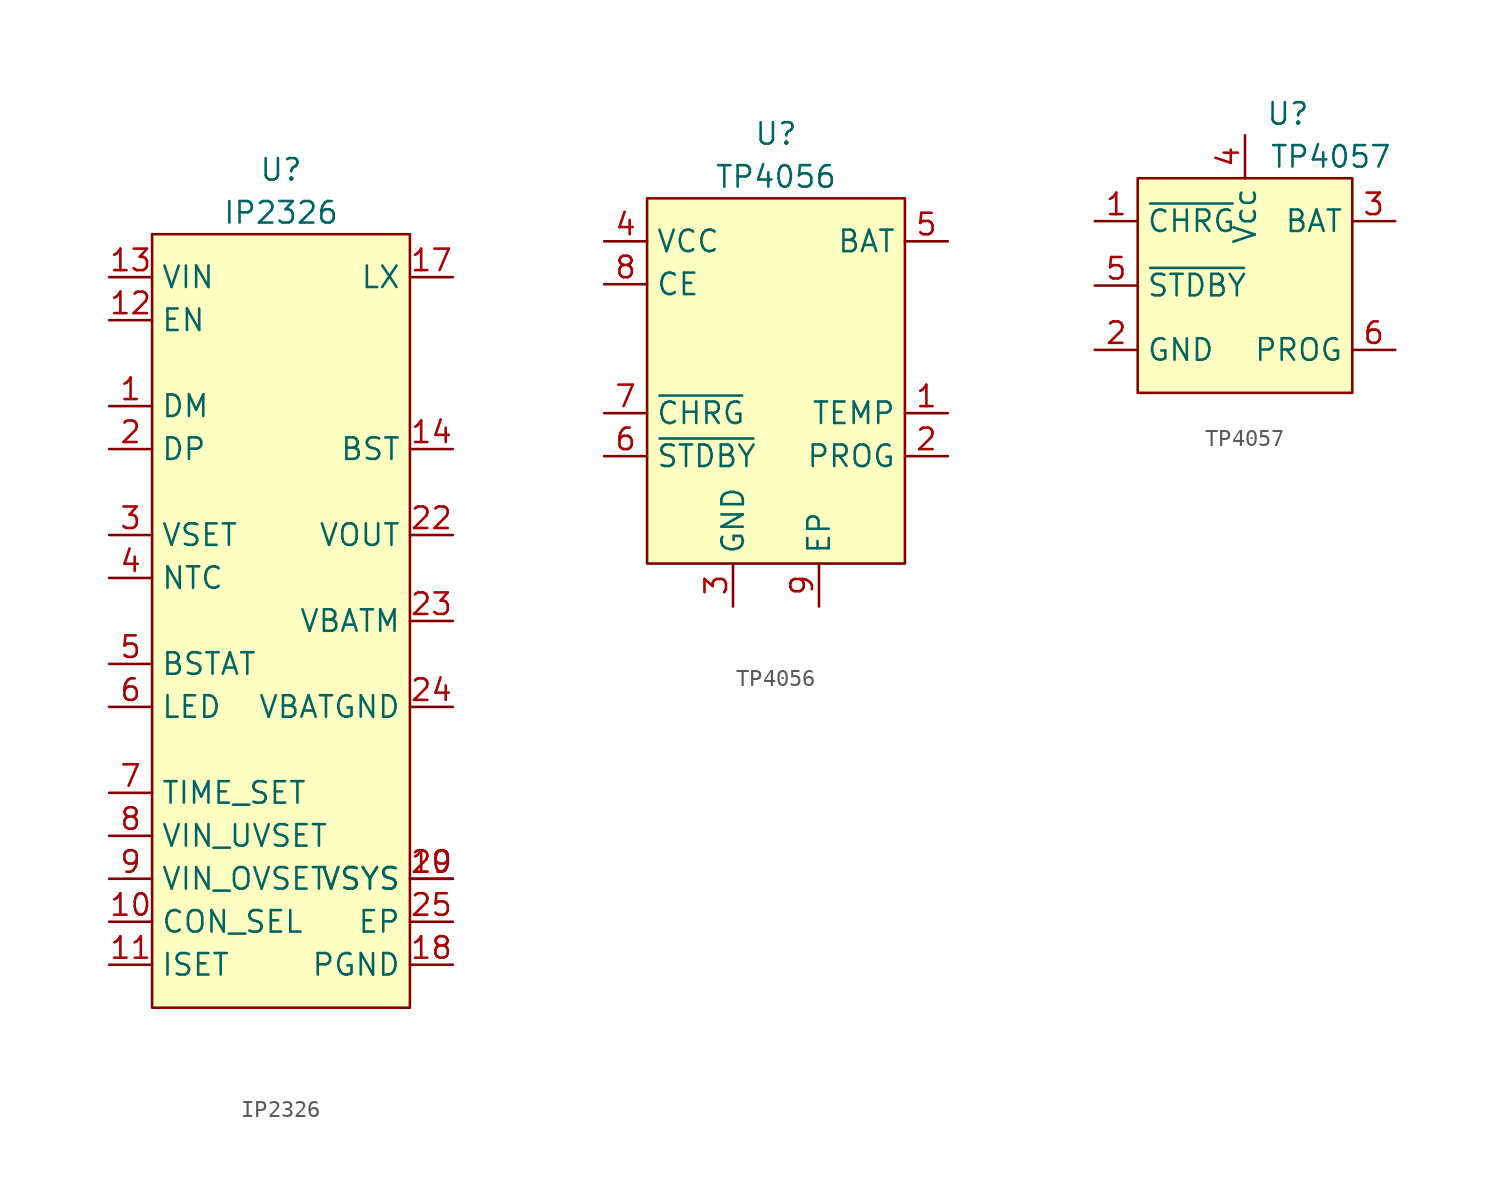
<source format=kicad_sym>
(kicad_symbol_lib
  (version 20220914)
  (generator kicad_symbol_editor)
  (symbol "IP2326"
    (property "Reference" "U"
      (at 0 7.62 0)
      (effects (font (size 1.27 1.27))))
    (property "Value" "IP2326"
      (at 0 5.08 0)
      (effects (font (size 1.27 1.27))))
    (symbol "IP2326_1_1"
      (rectangle (start -7.62 3.81) (end 7.62 -41.91) (stroke (width 0) (type default)) (fill (type background)))
      (pin bidirectional line (at -10.16 -6.35 0) (length 2.54) (name "DM" (effects (font (size 1.27 1.27)))) (number "1" (effects (font (size 1.27 1.27)))))
      (pin bidirectional line (at -10.16 -36.83 0) (length 2.54) (name "CON_SEL" (effects (font (size 1.27 1.27)))) (number "10" (effects (font (size 1.27 1.27)))))
      (pin bidirectional line (at -10.16 -39.37 0) (length 2.54) (name "ISET" (effects (font (size 1.27 1.27)))) (number "11" (effects (font (size 1.27 1.27)))))
      (pin bidirectional line (at -10.16 -1.27 0) (length 2.54) (name "EN" (effects (font (size 1.27 1.27)))) (number "12" (effects (font (size 1.27 1.27)))))
      (pin bidirectional line (at -10.16 1.27 0) (length 2.54) (name "VIN" (effects (font (size 1.27 1.27)))) (number "13" (effects (font (size 1.27 1.27)))))
      (pin bidirectional line (at 10.16 -8.89 180) (length 2.54) (name "BST" (effects (font (size 1.27 1.27)))) (number "14" (effects (font (size 1.27 1.27)))))
      (pin bidirectional line (at 10.16 1.27 180) (length 2.54) hide (name "LX" (effects (font (size 1.27 1.27)))) (number "15" (effects (font (size 1.27 1.27)))))
      (pin bidirectional line (at 10.16 1.27 180) (length 2.54) hide (name "LX" (effects (font (size 1.27 1.27)))) (number "16" (effects (font (size 1.27 1.27)))))
      (pin bidirectional line (at 10.16 1.27 180) (length 2.54) (name "LX" (effects (font (size 1.27 1.27)))) (number "17" (effects (font (size 1.27 1.27)))))
      (pin bidirectional line (at 10.16 -39.37 180) (length 2.54) (name "PGND" (effects (font (size 1.27 1.27)))) (number "18" (effects (font (size 1.27 1.27)))))
      (pin bidirectional line (at 10.16 -34.29 180) (length 2.54) (name "VSYS" (effects (font (size 1.27 1.27)))) (number "19" (effects (font (size 1.27 1.27)))))
      (pin bidirectional line (at -10.16 -8.89 0) (length 2.54) (name "DP" (effects (font (size 1.27 1.27)))) (number "2" (effects (font (size 1.27 1.27)))))
      (pin bidirectional line (at 10.16 -34.29 180) (length 2.54) (name "VSYS" (effects (font (size 1.27 1.27)))) (number "20" (effects (font (size 1.27 1.27)))))
      (pin bidirectional line (at 10.16 -13.97 180) (length 2.54) hide (name "VOUT" (effects (font (size 1.27 1.27)))) (number "21" (effects (font (size 1.27 1.27)))))
      (pin bidirectional line (at 10.16 -13.97 180) (length 2.54) (name "VOUT" (effects (font (size 1.27 1.27)))) (number "22" (effects (font (size 1.27 1.27)))))
      (pin bidirectional line (at 10.16 -19.05 180) (length 2.54) (name "VBATM" (effects (font (size 1.27 1.27)))) (number "23" (effects (font (size 1.27 1.27)))))
      (pin bidirectional line (at 10.16 -24.13 180) (length 2.54) (name "VBATGND" (effects (font (size 1.27 1.27)))) (number "24" (effects (font (size 1.27 1.27)))))
      (pin bidirectional line (at 10.16 -36.83 180) (length 2.54) (name "EP" (effects (font (size 1.27 1.27)))) (number "25" (effects (font (size 1.27 1.27)))))
      (pin bidirectional line (at -10.16 -13.97 0) (length 2.54) (name "VSET" (effects (font (size 1.27 1.27)))) (number "3" (effects (font (size 1.27 1.27)))))
      (pin bidirectional line (at -10.16 -16.51 0) (length 2.54) (name "NTC" (effects (font (size 1.27 1.27)))) (number "4" (effects (font (size 1.27 1.27)))))
      (pin bidirectional line (at -10.16 -21.59 0) (length 2.54) (name "BSTAT" (effects (font (size 1.27 1.27)))) (number "5" (effects (font (size 1.27 1.27)))))
      (pin bidirectional line (at -10.16 -24.13 0) (length 2.54) (name "LED" (effects (font (size 1.27 1.27)))) (number "6" (effects (font (size 1.27 1.27)))))
      (pin bidirectional line (at -10.16 -29.21 0) (length 2.54) (name "TIME_SET" (effects (font (size 1.27 1.27)))) (number "7" (effects (font (size 1.27 1.27)))))
      (pin bidirectional line (at -10.16 -31.75 0) (length 2.54) (name "VIN_UVSET" (effects (font (size 1.27 1.27)))) (number "8" (effects (font (size 1.27 1.27)))))
      (pin bidirectional line (at -10.16 -34.29 0) (length 2.54) (name "VIN_OVSET" (effects (font (size 1.27 1.27)))) (number "9" (effects (font (size 1.27 1.27)))))))
  (symbol "TP4056"
    (property "Reference" "U"
      (at 0 11.43 0)
      (effects (font (size 1.27 1.27))))
    (property "Value" "TP4056"
      (at 0 8.89 0)
      (effects (font (size 1.27 1.27))))
    (symbol "TP4056_1_1"
      (rectangle (start -7.62 7.62) (end 7.62 -13.97) (stroke (width 0) (type default)) (fill (type background)))
      (pin bidirectional line (at 10.16 -5.08 180) (length 2.54) (name "TEMP" (effects (font (size 1.27 1.27)))) (number "1" (effects (font (size 1.27 1.27)))))
      (pin bidirectional line (at 10.16 -7.62 180) (length 2.54) (name "PROG" (effects (font (size 1.27 1.27)))) (number "2" (effects (font (size 1.27 1.27)))))
      (pin bidirectional line (at -2.54 -16.51 90) (length 2.54) (name "GND" (effects (font (size 1.27 1.27)))) (number "3" (effects (font (size 1.27 1.27)))))
      (pin input line (at -10.16 5.08 0) (length 2.54) (name "VCC" (effects (font (size 1.27 1.27)))) (number "4" (effects (font (size 1.27 1.27)))))
      (pin bidirectional line (at 10.16 5.08 180) (length 2.54) (name "BAT" (effects (font (size 1.27 1.27)))) (number "5" (effects (font (size 1.27 1.27)))))
      (pin bidirectional line (at -10.16 -7.62 0) (length 2.54) (name "~{STDBY}" (effects (font (size 1.27 1.27)))) (number "6" (effects (font (size 1.27 1.27)))))
      (pin bidirectional line (at -10.16 -5.08 0) (length 2.54) (name "~{CHRG}" (effects (font (size 1.27 1.27)))) (number "7" (effects (font (size 1.27 1.27)))))
      (pin bidirectional line (at -10.16 2.54 0) (length 2.54) (name "CE" (effects (font (size 1.27 1.27)))) (number "8" (effects (font (size 1.27 1.27)))))
      (pin bidirectional line (at 2.54 -16.51 90) (length 2.54) (name "EP" (effects (font (size 1.27 1.27)))) (number "9" (effects (font (size 1.27 1.27)))))))
  (symbol "TP4057"
    (property "Reference" "U"
      (at 2.54 8.89 0)
      (effects (font (size 1.27 1.27))))
    (property "Value" "TP4057"
      (at 5.08 6.35 0)
      (effects (font (size 1.27 1.27))))
    (symbol "TP4057_0_1"
      (rectangle (start -6.35 5.08) (end 6.35 -7.62) (stroke (width 0) (type default)) (fill (type background))))
    (symbol "TP4057_1_1"
      (pin bidirectional line (at -8.89 2.54 0) (length 2.54) (name "~{CHRG}" (effects (font (size 1.27 1.27)))) (number "1" (effects (font (size 1.27 1.27)))))
      (pin bidirectional line (at -8.89 -5.08 0) (length 2.54) (name "GND" (effects (font (size 1.27 1.27)))) (number "2" (effects (font (size 1.27 1.27)))))
      (pin bidirectional line (at 8.89 2.54 180) (length 2.54) (name "BAT" (effects (font (size 1.27 1.27)))) (number "3" (effects (font (size 1.27 1.27)))))
      (pin bidirectional line (at 0 7.62 270) (length 2.54) (name "Vcc" (effects (font (size 1.27 1.27)))) (number "4" (effects (font (size 1.27 1.27)))))
      (pin bidirectional line (at -8.89 -1.27 0) (length 2.54) (name "~{STDBY}" (effects (font (size 1.27 1.27)))) (number "5" (effects (font (size 1.27 1.27)))))
      (pin bidirectional line (at 8.89 -5.08 180) (length 2.54) (name "PROG" (effects (font (size 1.27 1.27)))) (number "6" (effects (font (size 1.27 1.27))))))))
</source>
